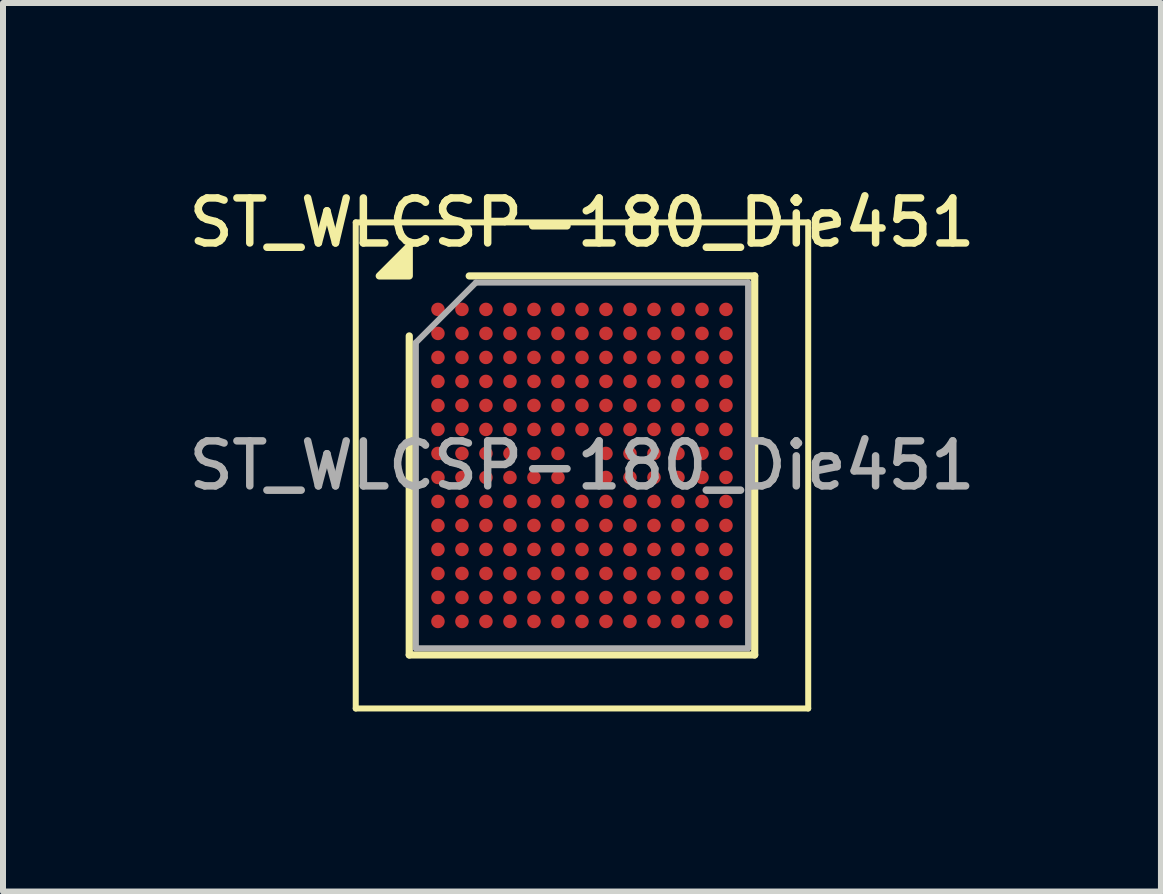
<source format=kicad_pcb>
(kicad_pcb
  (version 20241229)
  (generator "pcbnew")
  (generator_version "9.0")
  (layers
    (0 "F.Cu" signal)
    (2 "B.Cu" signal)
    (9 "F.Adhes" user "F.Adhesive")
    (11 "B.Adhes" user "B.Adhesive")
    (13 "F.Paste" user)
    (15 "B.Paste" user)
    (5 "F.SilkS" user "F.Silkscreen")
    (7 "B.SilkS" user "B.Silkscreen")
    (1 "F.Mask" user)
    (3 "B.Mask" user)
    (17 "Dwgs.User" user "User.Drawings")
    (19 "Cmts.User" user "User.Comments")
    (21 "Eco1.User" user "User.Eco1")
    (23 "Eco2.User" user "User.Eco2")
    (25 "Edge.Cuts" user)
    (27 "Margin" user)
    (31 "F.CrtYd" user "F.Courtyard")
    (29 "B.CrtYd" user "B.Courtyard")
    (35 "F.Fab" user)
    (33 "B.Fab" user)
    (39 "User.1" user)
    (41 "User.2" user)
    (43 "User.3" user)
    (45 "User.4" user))
  (footprint "ST_WLCSP-180_Die451"
    (layer "F.Cu")
    (at 6.648 4.706)
    (property "Reference" "ST_WLCSP-180_Die451" (at 0 -4.048 0) (layer "F.SilkS") (effects (font (size 0.75 0.75) (thickness 0.125))))
    (attr smd)
    (fp_line (start -3.77 -4.05) (end -3.77 4.05) (stroke (width 0.1) (type solid)) (layer "F.SilkS"))
    (fp_line (start -3.77 4.05) (end 3.77 4.05) (stroke (width 0.1) (type solid)) (layer "F.SilkS"))
    (fp_line (start -2.878 3.158) (end -2.878 -2.158) (stroke (width 0.12) (type solid)) (layer "F.SilkS"))
    (fp_line (start -1.879 -3.158) (end 2.878 -3.158) (stroke (width 0.12) (type solid)) (layer "F.SilkS"))
    (fp_line (start 2.878 -3.158) (end 2.878 3.158) (stroke (width 0.12) (type solid)) (layer "F.SilkS"))
    (fp_line (start 2.878 3.158) (end -2.878 3.158) (stroke (width 0.12) (type solid)) (layer "F.SilkS"))
    (fp_line (start 3.77 -4.05) (end -3.77 -4.05) (stroke (width 0.1) (type solid)) (layer "F.SilkS"))
    (fp_line (start 3.77 4.05) (end 3.77 -4.05) (stroke (width 0.1) (type solid)) (layer "F.SilkS"))
    (fp_poly (pts (xy -2.878 -3.158) (xy -3.378 -3.158) (xy -2.878 -3.658) (xy -2.878 -3.158)) (stroke (width 0.12) (type solid)) (fill yes) (layer "F.SilkS"))
    (fp_line (start -2.768 -2.047) (end -1.768 -3.047) (stroke (width 0.1) (type solid)) (layer "F.Fab"))
    (fp_line (start -2.768 3.047) (end -2.768 -2.047) (stroke (width 0.1) (type solid)) (layer "F.Fab"))
    (fp_line (start -1.768 -3.047) (end 2.768 -3.047) (stroke (width 0.1) (type solid)) (layer "F.Fab"))
    (fp_line (start 2.768 -3.047) (end 2.768 3.047) (stroke (width 0.1) (type solid)) (layer "F.Fab"))
    (fp_line (start 2.768 3.047) (end -2.768 3.047) (stroke (width 0.1) (type solid)) (layer "F.Fab"))
    (fp_text user "${REFERENCE}" (at 0 0 0) (layer "F.Fab") (effects (font (size 0.75 0.75) (thickness 0.125))))
    (pad "A1" smd circle (at -2.4 -2.6) (size 0.225 0.225) (property pad_prop_bga) (layers "F.Cu" "F.Mask" "F.Paste"))
    (pad "A2" smd circle (at -2 -2.6) (size 0.225 0.225) (property pad_prop_bga) (layers "F.Cu" "F.Mask" "F.Paste"))
    (pad "A3" smd circle (at -1.6 -2.6) (size 0.225 0.225) (property pad_prop_bga) (layers "F.Cu" "F.Mask" "F.Paste"))
    (pad "A4" smd circle (at -1.2 -2.6) (size 0.225 0.225) (property pad_prop_bga) (layers "F.Cu" "F.Mask" "F.Paste"))
    (pad "A5" smd circle (at -0.8 -2.6) (size 0.225 0.225) (property pad_prop_bga) (layers "F.Cu" "F.Mask" "F.Paste"))
    (pad "A6" smd circle (at -0.4 -2.6) (size 0.225 0.225) (property pad_prop_bga) (layers "F.Cu" "F.Mask" "F.Paste"))
    (pad "A7" smd circle (at 0 -2.6) (size 0.225 0.225) (property pad_prop_bga) (layers "F.Cu" "F.Mask" "F.Paste"))
    (pad "A8" smd circle (at 0.4 -2.6) (size 0.225 0.225) (property pad_prop_bga) (layers "F.Cu" "F.Mask" "F.Paste"))
    (pad "A9" smd circle (at 0.8 -2.6) (size 0.225 0.225) (property pad_prop_bga) (layers "F.Cu" "F.Mask" "F.Paste"))
    (pad "A10" smd circle (at 1.2 -2.6) (size 0.225 0.225) (property pad_prop_bga) (layers "F.Cu" "F.Mask" "F.Paste"))
    (pad "A11" smd circle (at 1.6 -2.6) (size 0.225 0.225) (property pad_prop_bga) (layers "F.Cu" "F.Mask" "F.Paste"))
    (pad "A12" smd circle (at 2 -2.6) (size 0.225 0.225) (property pad_prop_bga) (layers "F.Cu" "F.Mask" "F.Paste"))
    (pad "A13" smd circle (at 2.4 -2.6) (size 0.225 0.225) (property pad_prop_bga) (layers "F.Cu" "F.Mask" "F.Paste"))
    (pad "B1" smd circle (at -2.4 -2.2) (size 0.225 0.225) (property pad_prop_bga) (layers "F.Cu" "F.Mask" "F.Paste"))
    (pad "B2" smd circle (at -2 -2.2) (size 0.225 0.225) (property pad_prop_bga) (layers "F.Cu" "F.Mask" "F.Paste"))
    (pad "B3" smd circle (at -1.6 -2.2) (size 0.225 0.225) (property pad_prop_bga) (layers "F.Cu" "F.Mask" "F.Paste"))
    (pad "B4" smd circle (at -1.2 -2.2) (size 0.225 0.225) (property pad_prop_bga) (layers "F.Cu" "F.Mask" "F.Paste"))
    (pad "B5" smd circle (at -0.8 -2.2) (size 0.225 0.225) (property pad_prop_bga) (layers "F.Cu" "F.Mask" "F.Paste"))
    (pad "B6" smd circle (at -0.4 -2.2) (size 0.225 0.225) (property pad_prop_bga) (layers "F.Cu" "F.Mask" "F.Paste"))
    (pad "B7" smd circle (at 0 -2.2) (size 0.225 0.225) (property pad_prop_bga) (layers "F.Cu" "F.Mask" "F.Paste"))
    (pad "B8" smd circle (at 0.4 -2.2) (size 0.225 0.225) (property pad_prop_bga) (layers "F.Cu" "F.Mask" "F.Paste"))
    (pad "B9" smd circle (at 0.8 -2.2) (size 0.225 0.225) (property pad_prop_bga) (layers "F.Cu" "F.Mask" "F.Paste"))
    (pad "B10" smd circle (at 1.2 -2.2) (size 0.225 0.225) (property pad_prop_bga) (layers "F.Cu" "F.Mask" "F.Paste"))
    (pad "B11" smd circle (at 1.6 -2.2) (size 0.225 0.225) (property pad_prop_bga) (layers "F.Cu" "F.Mask" "F.Paste"))
    (pad "B12" smd circle (at 2 -2.2) (size 0.225 0.225) (property pad_prop_bga) (layers "F.Cu" "F.Mask" "F.Paste"))
    (pad "B13" smd circle (at 2.4 -2.2) (size 0.225 0.225) (property pad_prop_bga) (layers "F.Cu" "F.Mask" "F.Paste"))
    (pad "C1" smd circle (at -2.4 -1.8) (size 0.225 0.225) (property pad_prop_bga) (layers "F.Cu" "F.Mask" "F.Paste"))
    (pad "C2" smd circle (at -2 -1.8) (size 0.225 0.225) (property pad_prop_bga) (layers "F.Cu" "F.Mask" "F.Paste"))
    (pad "C3" smd circle (at -1.6 -1.8) (size 0.225 0.225) (property pad_prop_bga) (layers "F.Cu" "F.Mask" "F.Paste"))
    (pad "C4" smd circle (at -1.2 -1.8) (size 0.225 0.225) (property pad_prop_bga) (layers "F.Cu" "F.Mask" "F.Paste"))
    (pad "C5" smd circle (at -0.8 -1.8) (size 0.225 0.225) (property pad_prop_bga) (layers "F.Cu" "F.Mask" "F.Paste"))
    (pad "C6" smd circle (at -0.4 -1.8) (size 0.225 0.225) (property pad_prop_bga) (layers "F.Cu" "F.Mask" "F.Paste"))
    (pad "C7" smd circle (at 0 -1.8) (size 0.225 0.225) (property pad_prop_bga) (layers "F.Cu" "F.Mask" "F.Paste"))
    (pad "C8" smd circle (at 0.4 -1.8) (size 0.225 0.225) (property pad_prop_bga) (layers "F.Cu" "F.Mask" "F.Paste"))
    (pad "C9" smd circle (at 0.8 -1.8) (size 0.225 0.225) (property pad_prop_bga) (layers "F.Cu" "F.Mask" "F.Paste"))
    (pad "C10" smd circle (at 1.2 -1.8) (size 0.225 0.225) (property pad_prop_bga) (layers "F.Cu" "F.Mask" "F.Paste"))
    (pad "C11" smd circle (at 1.6 -1.8) (size 0.225 0.225) (property pad_prop_bga) (layers "F.Cu" "F.Mask" "F.Paste"))
    (pad "C12" smd circle (at 2 -1.8) (size 0.225 0.225) (property pad_prop_bga) (layers "F.Cu" "F.Mask" "F.Paste"))
    (pad "C13" smd circle (at 2.4 -1.8) (size 0.225 0.225) (property pad_prop_bga) (layers "F.Cu" "F.Mask" "F.Paste"))
    (pad "D1" smd circle (at -2.4 -1.4) (size 0.225 0.225) (property pad_prop_bga) (layers "F.Cu" "F.Mask" "F.Paste"))
    (pad "D2" smd circle (at -2 -1.4) (size 0.225 0.225) (property pad_prop_bga) (layers "F.Cu" "F.Mask" "F.Paste"))
    (pad "D3" smd circle (at -1.6 -1.4) (size 0.225 0.225) (property pad_prop_bga) (layers "F.Cu" "F.Mask" "F.Paste"))
    (pad "D4" smd circle (at -1.2 -1.4) (size 0.225 0.225) (property pad_prop_bga) (layers "F.Cu" "F.Mask" "F.Paste"))
    (pad "D5" smd circle (at -0.8 -1.4) (size 0.225 0.225) (property pad_prop_bga) (layers "F.Cu" "F.Mask" "F.Paste"))
    (pad "D6" smd circle (at -0.4 -1.4) (size 0.225 0.225) (property pad_prop_bga) (layers "F.Cu" "F.Mask" "F.Paste"))
    (pad "D7" smd circle (at 0 -1.4) (size 0.225 0.225) (property pad_prop_bga) (layers "F.Cu" "F.Mask" "F.Paste"))
    (pad "D8" smd circle (at 0.4 -1.4) (size 0.225 0.225) (property pad_prop_bga) (layers "F.Cu" "F.Mask" "F.Paste"))
    (pad "D9" smd circle (at 0.8 -1.4) (size 0.225 0.225) (property pad_prop_bga) (layers "F.Cu" "F.Mask" "F.Paste"))
    (pad "D10" smd circle (at 1.2 -1.4) (size 0.225 0.225) (property pad_prop_bga) (layers "F.Cu" "F.Mask" "F.Paste"))
    (pad "D11" smd circle (at 1.6 -1.4) (size 0.225 0.225) (property pad_prop_bga) (layers "F.Cu" "F.Mask" "F.Paste"))
    (pad "D12" smd circle (at 2 -1.4) (size 0.225 0.225) (property pad_prop_bga) (layers "F.Cu" "F.Mask" "F.Paste"))
    (pad "D13" smd circle (at 2.4 -1.4) (size 0.225 0.225) (property pad_prop_bga) (layers "F.Cu" "F.Mask" "F.Paste"))
    (pad "E1" smd circle (at -2.4 -1) (size 0.225 0.225) (property pad_prop_bga) (layers "F.Cu" "F.Mask" "F.Paste"))
    (pad "E2" smd circle (at -2 -1) (size 0.225 0.225) (property pad_prop_bga) (layers "F.Cu" "F.Mask" "F.Paste"))
    (pad "E3" smd circle (at -1.6 -1) (size 0.225 0.225) (property pad_prop_bga) (layers "F.Cu" "F.Mask" "F.Paste"))
    (pad "E4" smd circle (at -1.2 -1) (size 0.225 0.225) (property pad_prop_bga) (layers "F.Cu" "F.Mask" "F.Paste"))
    (pad "E5" smd circle (at -0.8 -1) (size 0.225 0.225) (property pad_prop_bga) (layers "F.Cu" "F.Mask" "F.Paste"))
    (pad "E6" smd circle (at -0.4 -1) (size 0.225 0.225) (property pad_prop_bga) (layers "F.Cu" "F.Mask" "F.Paste"))
    (pad "E7" smd circle (at 0 -1) (size 0.225 0.225) (property pad_prop_bga) (layers "F.Cu" "F.Mask" "F.Paste"))
    (pad "E8" smd circle (at 0.4 -1) (size 0.225 0.225) (property pad_prop_bga) (layers "F.Cu" "F.Mask" "F.Paste"))
    (pad "E9" smd circle (at 0.8 -1) (size 0.225 0.225) (property pad_prop_bga) (layers "F.Cu" "F.Mask" "F.Paste"))
    (pad "E10" smd circle (at 1.2 -1) (size 0.225 0.225) (property pad_prop_bga) (layers "F.Cu" "F.Mask" "F.Paste"))
    (pad "E11" smd circle (at 1.6 -1) (size 0.225 0.225) (property pad_prop_bga) (layers "F.Cu" "F.Mask" "F.Paste"))
    (pad "E12" smd circle (at 2 -1) (size 0.225 0.225) (property pad_prop_bga) (layers "F.Cu" "F.Mask" "F.Paste"))
    (pad "E13" smd circle (at 2.4 -1) (size 0.225 0.225) (property pad_prop_bga) (layers "F.Cu" "F.Mask" "F.Paste"))
    (pad "F1" smd circle (at -2.4 -0.6) (size 0.225 0.225) (property pad_prop_bga) (layers "F.Cu" "F.Mask" "F.Paste"))
    (pad "F2" smd circle (at -2 -0.6) (size 0.225 0.225) (property pad_prop_bga) (layers "F.Cu" "F.Mask" "F.Paste"))
    (pad "F3" smd circle (at -1.6 -0.6) (size 0.225 0.225) (property pad_prop_bga) (layers "F.Cu" "F.Mask" "F.Paste"))
    (pad "F4" smd circle (at -1.2 -0.6) (size 0.225 0.225) (property pad_prop_bga) (layers "F.Cu" "F.Mask" "F.Paste"))
    (pad "F5" smd circle (at -0.8 -0.6) (size 0.225 0.225) (property pad_prop_bga) (layers "F.Cu" "F.Mask" "F.Paste"))
    (pad "F6" smd circle (at -0.4 -0.6) (size 0.225 0.225) (property pad_prop_bga) (layers "F.Cu" "F.Mask" "F.Paste"))
    (pad "F7" smd circle (at 0 -0.6) (size 0.225 0.225) (property pad_prop_bga) (layers "F.Cu" "F.Mask" "F.Paste"))
    (pad "F8" smd circle (at 0.4 -0.6) (size 0.225 0.225) (property pad_prop_bga) (layers "F.Cu" "F.Mask" "F.Paste"))
    (pad "F9" smd circle (at 0.8 -0.6) (size 0.225 0.225) (property pad_prop_bga) (layers "F.Cu" "F.Mask" "F.Paste"))
    (pad "F10" smd circle (at 1.2 -0.6) (size 0.225 0.225) (property pad_prop_bga) (layers "F.Cu" "F.Mask" "F.Paste"))
    (pad "F11" smd circle (at 1.6 -0.6) (size 0.225 0.225) (property pad_prop_bga) (layers "F.Cu" "F.Mask" "F.Paste"))
    (pad "F12" smd circle (at 2 -0.6) (size 0.225 0.225) (property pad_prop_bga) (layers "F.Cu" "F.Mask" "F.Paste"))
    (pad "F13" smd circle (at 2.4 -0.6) (size 0.225 0.225) (property pad_prop_bga) (layers "F.Cu" "F.Mask" "F.Paste"))
    (pad "G1" smd circle (at -2.4 -0.2) (size 0.225 0.225) (property pad_prop_bga) (layers "F.Cu" "F.Mask" "F.Paste"))
    (pad "G2" smd circle (at -2 -0.2) (size 0.225 0.225) (property pad_prop_bga) (layers "F.Cu" "F.Mask" "F.Paste"))
    (pad "G3" smd circle (at -1.6 -0.2) (size 0.225 0.225) (property pad_prop_bga) (layers "F.Cu" "F.Mask" "F.Paste"))
    (pad "G4" smd circle (at -1.2 -0.2) (size 0.225 0.225) (property pad_prop_bga) (layers "F.Cu" "F.Mask" "F.Paste"))
    (pad "G5" smd circle (at -0.8 -0.2) (size 0.225 0.225) (property pad_prop_bga) (layers "F.Cu" "F.Mask" "F.Paste"))
    (pad "G6" smd circle (at -0.4 -0.2) (size 0.225 0.225) (property pad_prop_bga) (layers "F.Cu" "F.Mask" "F.Paste"))
    (pad "G8" smd circle (at 0.4 -0.2) (size 0.225 0.225) (property pad_prop_bga) (layers "F.Cu" "F.Mask" "F.Paste"))
    (pad "G9" smd circle (at 0.8 -0.2) (size 0.225 0.225) (property pad_prop_bga) (layers "F.Cu" "F.Mask" "F.Paste"))
    (pad "G10" smd circle (at 1.2 -0.2) (size 0.225 0.225) (property pad_prop_bga) (layers "F.Cu" "F.Mask" "F.Paste"))
    (pad "G11" smd circle (at 1.6 -0.2) (size 0.225 0.225) (property pad_prop_bga) (layers "F.Cu" "F.Mask" "F.Paste"))
    (pad "G12" smd circle (at 2 -0.2) (size 0.225 0.225) (property pad_prop_bga) (layers "F.Cu" "F.Mask" "F.Paste"))
    (pad "G13" smd circle (at 2.4 -0.2) (size 0.225 0.225) (property pad_prop_bga) (layers "F.Cu" "F.Mask" "F.Paste"))
    (pad "H1" smd circle (at -2.4 0.2) (size 0.225 0.225) (property pad_prop_bga) (layers "F.Cu" "F.Mask" "F.Paste"))
    (pad "H2" smd circle (at -2 0.2) (size 0.225 0.225) (property pad_prop_bga) (layers "F.Cu" "F.Mask" "F.Paste"))
    (pad "H3" smd circle (at -1.6 0.2) (size 0.225 0.225) (property pad_prop_bga) (layers "F.Cu" "F.Mask" "F.Paste"))
    (pad "H4" smd circle (at -1.2 0.2) (size 0.225 0.225) (property pad_prop_bga) (layers "F.Cu" "F.Mask" "F.Paste"))
    (pad "H5" smd circle (at -0.8 0.2) (size 0.225 0.225) (property pad_prop_bga) (layers "F.Cu" "F.Mask" "F.Paste"))
    (pad "H6" smd circle (at -0.4 0.2) (size 0.225 0.225) (property pad_prop_bga) (layers "F.Cu" "F.Mask" "F.Paste"))
    (pad "H8" smd circle (at 0.4 0.2) (size 0.225 0.225) (property pad_prop_bga) (layers "F.Cu" "F.Mask" "F.Paste"))
    (pad "H9" smd circle (at 0.8 0.2) (size 0.225 0.225) (property pad_prop_bga) (layers "F.Cu" "F.Mask" "F.Paste"))
    (pad "H10" smd circle (at 1.2 0.2) (size 0.225 0.225) (property pad_prop_bga) (layers "F.Cu" "F.Mask" "F.Paste"))
    (pad "H11" smd circle (at 1.6 0.2) (size 0.225 0.225) (property pad_prop_bga) (layers "F.Cu" "F.Mask" "F.Paste"))
    (pad "H12" smd circle (at 2 0.2) (size 0.225 0.225) (property pad_prop_bga) (layers "F.Cu" "F.Mask" "F.Paste"))
    (pad "H13" smd circle (at 2.4 0.2) (size 0.225 0.225) (property pad_prop_bga) (layers "F.Cu" "F.Mask" "F.Paste"))
    (pad "J1" smd circle (at -2.4 0.6) (size 0.225 0.225) (property pad_prop_bga) (layers "F.Cu" "F.Mask" "F.Paste"))
    (pad "J2" smd circle (at -2 0.6) (size 0.225 0.225) (property pad_prop_bga) (layers "F.Cu" "F.Mask" "F.Paste"))
    (pad "J3" smd circle (at -1.6 0.6) (size 0.225 0.225) (property pad_prop_bga) (layers "F.Cu" "F.Mask" "F.Paste"))
    (pad "J4" smd circle (at -1.2 0.6) (size 0.225 0.225) (property pad_prop_bga) (layers "F.Cu" "F.Mask" "F.Paste"))
    (pad "J5" smd circle (at -0.8 0.6) (size 0.225 0.225) (property pad_prop_bga) (layers "F.Cu" "F.Mask" "F.Paste"))
    (pad "J6" smd circle (at -0.4 0.6) (size 0.225 0.225) (property pad_prop_bga) (layers "F.Cu" "F.Mask" "F.Paste"))
    (pad "J7" smd circle (at 0 0.6) (size 0.225 0.225) (property pad_prop_bga) (layers "F.Cu" "F.Mask" "F.Paste"))
    (pad "J8" smd circle (at 0.4 0.6) (size 0.225 0.225) (property pad_prop_bga) (layers "F.Cu" "F.Mask" "F.Paste"))
    (pad "J9" smd circle (at 0.8 0.6) (size 0.225 0.225) (property pad_prop_bga) (layers "F.Cu" "F.Mask" "F.Paste"))
    (pad "J10" smd circle (at 1.2 0.6) (size 0.225 0.225) (property pad_prop_bga) (layers "F.Cu" "F.Mask" "F.Paste"))
    (pad "J11" smd circle (at 1.6 0.6) (size 0.225 0.225) (property pad_prop_bga) (layers "F.Cu" "F.Mask" "F.Paste"))
    (pad "J12" smd circle (at 2 0.6) (size 0.225 0.225) (property pad_prop_bga) (layers "F.Cu" "F.Mask" "F.Paste"))
    (pad "J13" smd circle (at 2.4 0.6) (size 0.225 0.225) (property pad_prop_bga) (layers "F.Cu" "F.Mask" "F.Paste"))
    (pad "K1" smd circle (at -2.4 1) (size 0.225 0.225) (property pad_prop_bga) (layers "F.Cu" "F.Mask" "F.Paste"))
    (pad "K2" smd circle (at -2 1) (size 0.225 0.225) (property pad_prop_bga) (layers "F.Cu" "F.Mask" "F.Paste"))
    (pad "K3" smd circle (at -1.6 1) (size 0.225 0.225) (property pad_prop_bga) (layers "F.Cu" "F.Mask" "F.Paste"))
    (pad "K4" smd circle (at -1.2 1) (size 0.225 0.225) (property pad_prop_bga) (layers "F.Cu" "F.Mask" "F.Paste"))
    (pad "K5" smd circle (at -0.8 1) (size 0.225 0.225) (property pad_prop_bga) (layers "F.Cu" "F.Mask" "F.Paste"))
    (pad "K6" smd circle (at -0.4 1) (size 0.225 0.225) (property pad_prop_bga) (layers "F.Cu" "F.Mask" "F.Paste"))
    (pad "K7" smd circle (at 0 1) (size 0.225 0.225) (property pad_prop_bga) (layers "F.Cu" "F.Mask" "F.Paste"))
    (pad "K8" smd circle (at 0.4 1) (size 0.225 0.225) (property pad_prop_bga) (layers "F.Cu" "F.Mask" "F.Paste"))
    (pad "K9" smd circle (at 0.8 1) (size 0.225 0.225) (property pad_prop_bga) (layers "F.Cu" "F.Mask" "F.Paste"))
    (pad "K10" smd circle (at 1.2 1) (size 0.225 0.225) (property pad_prop_bga) (layers "F.Cu" "F.Mask" "F.Paste"))
    (pad "K11" smd circle (at 1.6 1) (size 0.225 0.225) (property pad_prop_bga) (layers "F.Cu" "F.Mask" "F.Paste"))
    (pad "K12" smd circle (at 2 1) (size 0.225 0.225) (property pad_prop_bga) (layers "F.Cu" "F.Mask" "F.Paste"))
    (pad "K13" smd circle (at 2.4 1) (size 0.225 0.225) (property pad_prop_bga) (layers "F.Cu" "F.Mask" "F.Paste"))
    (pad "L1" smd circle (at -2.4 1.4) (size 0.225 0.225) (property pad_prop_bga) (layers "F.Cu" "F.Mask" "F.Paste"))
    (pad "L2" smd circle (at -2 1.4) (size 0.225 0.225) (property pad_prop_bga) (layers "F.Cu" "F.Mask" "F.Paste"))
    (pad "L3" smd circle (at -1.6 1.4) (size 0.225 0.225) (property pad_prop_bga) (layers "F.Cu" "F.Mask" "F.Paste"))
    (pad "L4" smd circle (at -1.2 1.4) (size 0.225 0.225) (property pad_prop_bga) (layers "F.Cu" "F.Mask" "F.Paste"))
    (pad "L5" smd circle (at -0.8 1.4) (size 0.225 0.225) (property pad_prop_bga) (layers "F.Cu" "F.Mask" "F.Paste"))
    (pad "L6" smd circle (at -0.4 1.4) (size 0.225 0.225) (property pad_prop_bga) (layers "F.Cu" "F.Mask" "F.Paste"))
    (pad "L7" smd circle (at 0 1.4) (size 0.225 0.225) (property pad_prop_bga) (layers "F.Cu" "F.Mask" "F.Paste"))
    (pad "L8" smd circle (at 0.4 1.4) (size 0.225 0.225) (property pad_prop_bga) (layers "F.Cu" "F.Mask" "F.Paste"))
    (pad "L9" smd circle (at 0.8 1.4) (size 0.225 0.225) (property pad_prop_bga) (layers "F.Cu" "F.Mask" "F.Paste"))
    (pad "L10" smd circle (at 1.2 1.4) (size 0.225 0.225) (property pad_prop_bga) (layers "F.Cu" "F.Mask" "F.Paste"))
    (pad "L11" smd circle (at 1.6 1.4) (size 0.225 0.225) (property pad_prop_bga) (layers "F.Cu" "F.Mask" "F.Paste"))
    (pad "L12" smd circle (at 2 1.4) (size 0.225 0.225) (property pad_prop_bga) (layers "F.Cu" "F.Mask" "F.Paste"))
    (pad "L13" smd circle (at 2.4 1.4) (size 0.225 0.225) (property pad_prop_bga) (layers "F.Cu" "F.Mask" "F.Paste"))
    (pad "M1" smd circle (at -2.4 1.8) (size 0.225 0.225) (property pad_prop_bga) (layers "F.Cu" "F.Mask" "F.Paste"))
    (pad "M2" smd circle (at -2 1.8) (size 0.225 0.225) (property pad_prop_bga) (layers "F.Cu" "F.Mask" "F.Paste"))
    (pad "M3" smd circle (at -1.6 1.8) (size 0.225 0.225) (property pad_prop_bga) (layers "F.Cu" "F.Mask" "F.Paste"))
    (pad "M4" smd circle (at -1.2 1.8) (size 0.225 0.225) (property pad_prop_bga) (layers "F.Cu" "F.Mask" "F.Paste"))
    (pad "M5" smd circle (at -0.8 1.8) (size 0.225 0.225) (property pad_prop_bga) (layers "F.Cu" "F.Mask" "F.Paste"))
    (pad "M6" smd circle (at -0.4 1.8) (size 0.225 0.225) (property pad_prop_bga) (layers "F.Cu" "F.Mask" "F.Paste"))
    (pad "M7" smd circle (at 0 1.8) (size 0.225 0.225) (property pad_prop_bga) (layers "F.Cu" "F.Mask" "F.Paste"))
    (pad "M8" smd circle (at 0.4 1.8) (size 0.225 0.225) (property pad_prop_bga) (layers "F.Cu" "F.Mask" "F.Paste"))
    (pad "M9" smd circle (at 0.8 1.8) (size 0.225 0.225) (property pad_prop_bga) (layers "F.Cu" "F.Mask" "F.Paste"))
    (pad "M10" smd circle (at 1.2 1.8) (size 0.225 0.225) (property pad_prop_bga) (layers "F.Cu" "F.Mask" "F.Paste"))
    (pad "M11" smd circle (at 1.6 1.8) (size 0.225 0.225) (property pad_prop_bga) (layers "F.Cu" "F.Mask" "F.Paste"))
    (pad "M12" smd circle (at 2 1.8) (size 0.225 0.225) (property pad_prop_bga) (layers "F.Cu" "F.Mask" "F.Paste"))
    (pad "M13" smd circle (at 2.4 1.8) (size 0.225 0.225) (property pad_prop_bga) (layers "F.Cu" "F.Mask" "F.Paste"))
    (pad "N1" smd circle (at -2.4 2.2) (size 0.225 0.225) (property pad_prop_bga) (layers "F.Cu" "F.Mask" "F.Paste"))
    (pad "N2" smd circle (at -2 2.2) (size 0.225 0.225) (property pad_prop_bga) (layers "F.Cu" "F.Mask" "F.Paste"))
    (pad "N3" smd circle (at -1.6 2.2) (size 0.225 0.225) (property pad_prop_bga) (layers "F.Cu" "F.Mask" "F.Paste"))
    (pad "N4" smd circle (at -1.2 2.2) (size 0.225 0.225) (property pad_prop_bga) (layers "F.Cu" "F.Mask" "F.Paste"))
    (pad "N5" smd circle (at -0.8 2.2) (size 0.225 0.225) (property pad_prop_bga) (layers "F.Cu" "F.Mask" "F.Paste"))
    (pad "N6" smd circle (at -0.4 2.2) (size 0.225 0.225) (property pad_prop_bga) (layers "F.Cu" "F.Mask" "F.Paste"))
    (pad "N7" smd circle (at 0 2.2) (size 0.225 0.225) (property pad_prop_bga) (layers "F.Cu" "F.Mask" "F.Paste"))
    (pad "N8" smd circle (at 0.4 2.2) (size 0.225 0.225) (property pad_prop_bga) (layers "F.Cu" "F.Mask" "F.Paste"))
    (pad "N9" smd circle (at 0.8 2.2) (size 0.225 0.225) (property pad_prop_bga) (layers "F.Cu" "F.Mask" "F.Paste"))
    (pad "N10" smd circle (at 1.2 2.2) (size 0.225 0.225) (property pad_prop_bga) (layers "F.Cu" "F.Mask" "F.Paste"))
    (pad "N11" smd circle (at 1.6 2.2) (size 0.225 0.225) (property pad_prop_bga) (layers "F.Cu" "F.Mask" "F.Paste"))
    (pad "N12" smd circle (at 2 2.2) (size 0.225 0.225) (property pad_prop_bga) (layers "F.Cu" "F.Mask" "F.Paste"))
    (pad "N13" smd circle (at 2.4 2.2) (size 0.225 0.225) (property pad_prop_bga) (layers "F.Cu" "F.Mask" "F.Paste"))
    (pad "P1" smd circle (at -2.4 2.6) (size 0.225 0.225) (property pad_prop_bga) (layers "F.Cu" "F.Mask" "F.Paste"))
    (pad "P2" smd circle (at -2 2.6) (size 0.225 0.225) (property pad_prop_bga) (layers "F.Cu" "F.Mask" "F.Paste"))
    (pad "P3" smd circle (at -1.6 2.6) (size 0.225 0.225) (property pad_prop_bga) (layers "F.Cu" "F.Mask" "F.Paste"))
    (pad "P4" smd circle (at -1.2 2.6) (size 0.225 0.225) (property pad_prop_bga) (layers "F.Cu" "F.Mask" "F.Paste"))
    (pad "P5" smd circle (at -0.8 2.6) (size 0.225 0.225) (property pad_prop_bga) (layers "F.Cu" "F.Mask" "F.Paste"))
    (pad "P6" smd circle (at -0.4 2.6) (size 0.225 0.225) (property pad_prop_bga) (layers "F.Cu" "F.Mask" "F.Paste"))
    (pad "P7" smd circle (at 0 2.6) (size 0.225 0.225) (property pad_prop_bga) (layers "F.Cu" "F.Mask" "F.Paste"))
    (pad "P8" smd circle (at 0.4 2.6) (size 0.225 0.225) (property pad_prop_bga) (layers "F.Cu" "F.Mask" "F.Paste"))
    (pad "P9" smd circle (at 0.8 2.6) (size 0.225 0.225) (property pad_prop_bga) (layers "F.Cu" "F.Mask" "F.Paste"))
    (pad "P10" smd circle (at 1.2 2.6) (size 0.225 0.225) (property pad_prop_bga) (layers "F.Cu" "F.Mask" "F.Paste"))
    (pad "P11" smd circle (at 1.6 2.6) (size 0.225 0.225) (property pad_prop_bga) (layers "F.Cu" "F.Mask" "F.Paste"))
    (pad "P12" smd circle (at 2 2.6) (size 0.225 0.225) (property pad_prop_bga) (layers "F.Cu" "F.Mask" "F.Paste"))
    (pad "P13" smd circle (at 2.4 2.6) (size 0.225 0.225) (property pad_prop_bga) (layers "F.Cu" "F.Mask" "F.Paste")))
  (gr_rect
    (start -3 -3)
    (end 16.296 11.806)
    (stroke (width 0.1) (type default))
    (fill no)
    (layer "Edge.Cuts")))
</source>
